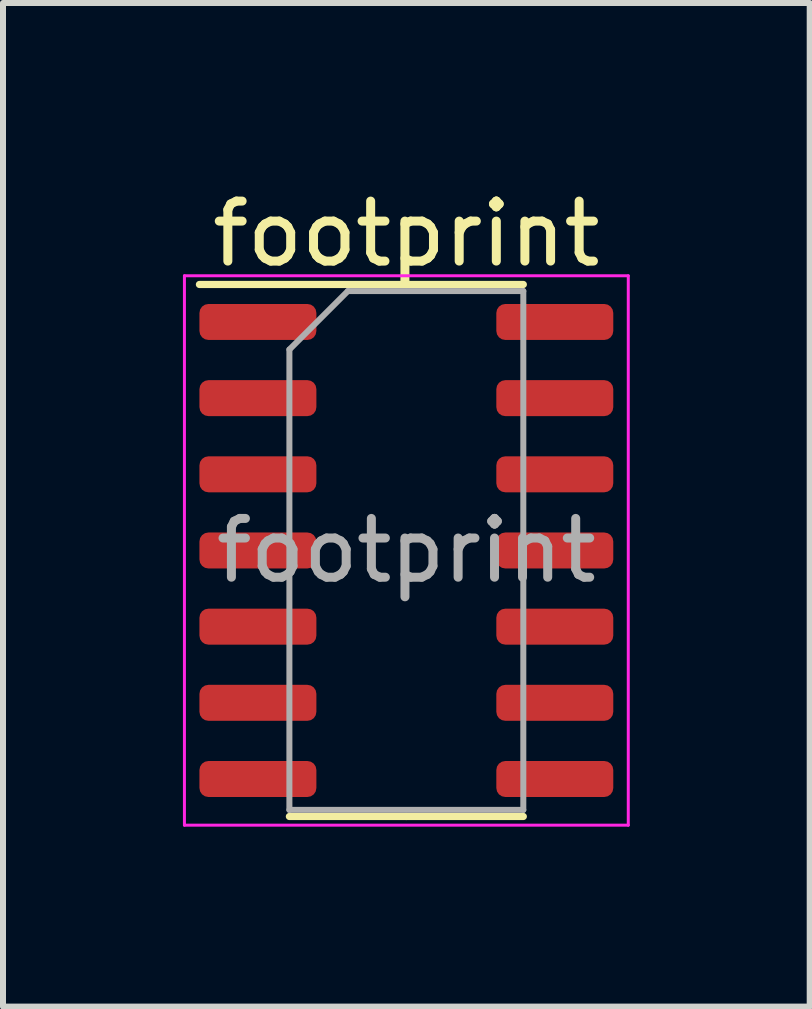
<source format=kicad_pcb>
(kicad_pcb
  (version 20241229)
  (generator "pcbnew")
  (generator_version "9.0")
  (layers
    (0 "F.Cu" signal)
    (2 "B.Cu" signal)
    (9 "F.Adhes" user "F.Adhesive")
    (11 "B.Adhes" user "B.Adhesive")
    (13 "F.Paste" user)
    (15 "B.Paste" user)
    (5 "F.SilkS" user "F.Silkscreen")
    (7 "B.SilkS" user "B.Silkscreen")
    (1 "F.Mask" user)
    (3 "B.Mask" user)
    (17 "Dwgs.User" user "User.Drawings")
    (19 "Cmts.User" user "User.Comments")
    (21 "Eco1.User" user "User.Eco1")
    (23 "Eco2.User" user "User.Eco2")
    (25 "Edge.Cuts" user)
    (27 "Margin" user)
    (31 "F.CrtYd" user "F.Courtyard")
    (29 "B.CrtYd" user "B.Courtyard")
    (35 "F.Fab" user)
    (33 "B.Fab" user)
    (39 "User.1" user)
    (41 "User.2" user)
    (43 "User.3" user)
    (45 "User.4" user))
  (footprint "footprint"
    (layer "F.Cu")
    (at 3.725 6.128)
    (property "Reference" "footprint" (at 0 -5.28 0) (layer "F.SilkS") (effects (font (size 1 1) (thickness 0.15))))
    (attr smd)
    (fp_line (start 0 -4.435) (end -3.45 -4.435) (stroke (width 0.12) (type solid)) (layer "F.SilkS"))
    (fp_line (start 0 -4.435) (end 1.95 -4.435) (stroke (width 0.12) (type solid)) (layer "F.SilkS"))
    (fp_line (start 0 4.435) (end -1.95 4.435) (stroke (width 0.12) (type solid)) (layer "F.SilkS"))
    (fp_line (start 0 4.435) (end 1.95 4.435) (stroke (width 0.12) (type solid)) (layer "F.SilkS"))
    (fp_line (start -3.7 -4.58) (end -3.7 4.58) (stroke (width 0.05) (type solid)) (layer "F.CrtYd"))
    (fp_line (start -3.7 4.58) (end 3.7 4.58) (stroke (width 0.05) (type solid)) (layer "F.CrtYd"))
    (fp_line (start 3.7 -4.58) (end -3.7 -4.58) (stroke (width 0.05) (type solid)) (layer "F.CrtYd"))
    (fp_line (start 3.7 4.58) (end 3.7 -4.58) (stroke (width 0.05) (type solid)) (layer "F.CrtYd"))
    (fp_line (start -1.95 -3.35) (end -0.975 -4.325) (stroke (width 0.1) (type solid)) (layer "F.Fab"))
    (fp_line (start -1.95 4.325) (end -1.95 -3.35) (stroke (width 0.1) (type solid)) (layer "F.Fab"))
    (fp_line (start -0.975 -4.325) (end 1.95 -4.325) (stroke (width 0.1) (type solid)) (layer "F.Fab"))
    (fp_line (start 1.95 -4.325) (end 1.95 4.325) (stroke (width 0.1) (type solid)) (layer "F.Fab"))
    (fp_line (start 1.95 4.325) (end -1.95 4.325) (stroke (width 0.1) (type solid)) (layer "F.Fab"))
    (fp_text user "${REFERENCE}" (at 0 0 0) (layer "F.Fab") (effects (font (size 0.98 0.98) (thickness 0.15))))
    (pad "1" smd roundrect (at -2.475 -3.81) (size 1.95 0.6) (layers "F.Cu" "F.Mask" "F.Paste") (roundrect_rratio 0.25))
    (pad "2" smd roundrect (at -2.475 -2.54) (size 1.95 0.6) (layers "F.Cu" "F.Mask" "F.Paste") (roundrect_rratio 0.25))
    (pad "3" smd roundrect (at -2.475 -1.27) (size 1.95 0.6) (layers "F.Cu" "F.Mask" "F.Paste") (roundrect_rratio 0.25))
    (pad "4" smd roundrect (at -2.475 0) (size 1.95 0.6) (layers "F.Cu" "F.Mask" "F.Paste") (roundrect_rratio 0.25))
    (pad "5" smd roundrect (at -2.475 1.27) (size 1.95 0.6) (layers "F.Cu" "F.Mask" "F.Paste") (roundrect_rratio 0.25))
    (pad "6" smd roundrect (at -2.475 2.54) (size 1.95 0.6) (layers "F.Cu" "F.Mask" "F.Paste") (roundrect_rratio 0.25))
    (pad "7" smd roundrect (at -2.475 3.81) (size 1.95 0.6) (layers "F.Cu" "F.Mask" "F.Paste") (roundrect_rratio 0.25))
    (pad "8" smd roundrect (at 2.475 3.81) (size 1.95 0.6) (layers "F.Cu" "F.Mask" "F.Paste") (roundrect_rratio 0.25))
    (pad "9" smd roundrect (at 2.475 2.54) (size 1.95 0.6) (layers "F.Cu" "F.Mask" "F.Paste") (roundrect_rratio 0.25))
    (pad "10" smd roundrect (at 2.475 1.27) (size 1.95 0.6) (layers "F.Cu" "F.Mask" "F.Paste") (roundrect_rratio 0.25))
    (pad "11" smd roundrect (at 2.475 0) (size 1.95 0.6) (layers "F.Cu" "F.Mask" "F.Paste") (roundrect_rratio 0.25))
    (pad "12" smd roundrect (at 2.475 -1.27) (size 1.95 0.6) (layers "F.Cu" "F.Mask" "F.Paste") (roundrect_rratio 0.25))
    (pad "13" smd roundrect (at 2.475 -2.54) (size 1.95 0.6) (layers "F.Cu" "F.Mask" "F.Paste") (roundrect_rratio 0.25))
    (pad "14" smd roundrect (at 2.475 -3.81) (size 1.95 0.6) (layers "F.Cu" "F.Mask" "F.Paste") (roundrect_rratio 0.25)))
  (gr_rect
    (start -3 -3)
    (end 10.45 13.733)
    (stroke (width 0.1) (type default))
    (fill no)
    (layer "Edge.Cuts")))
</source>
